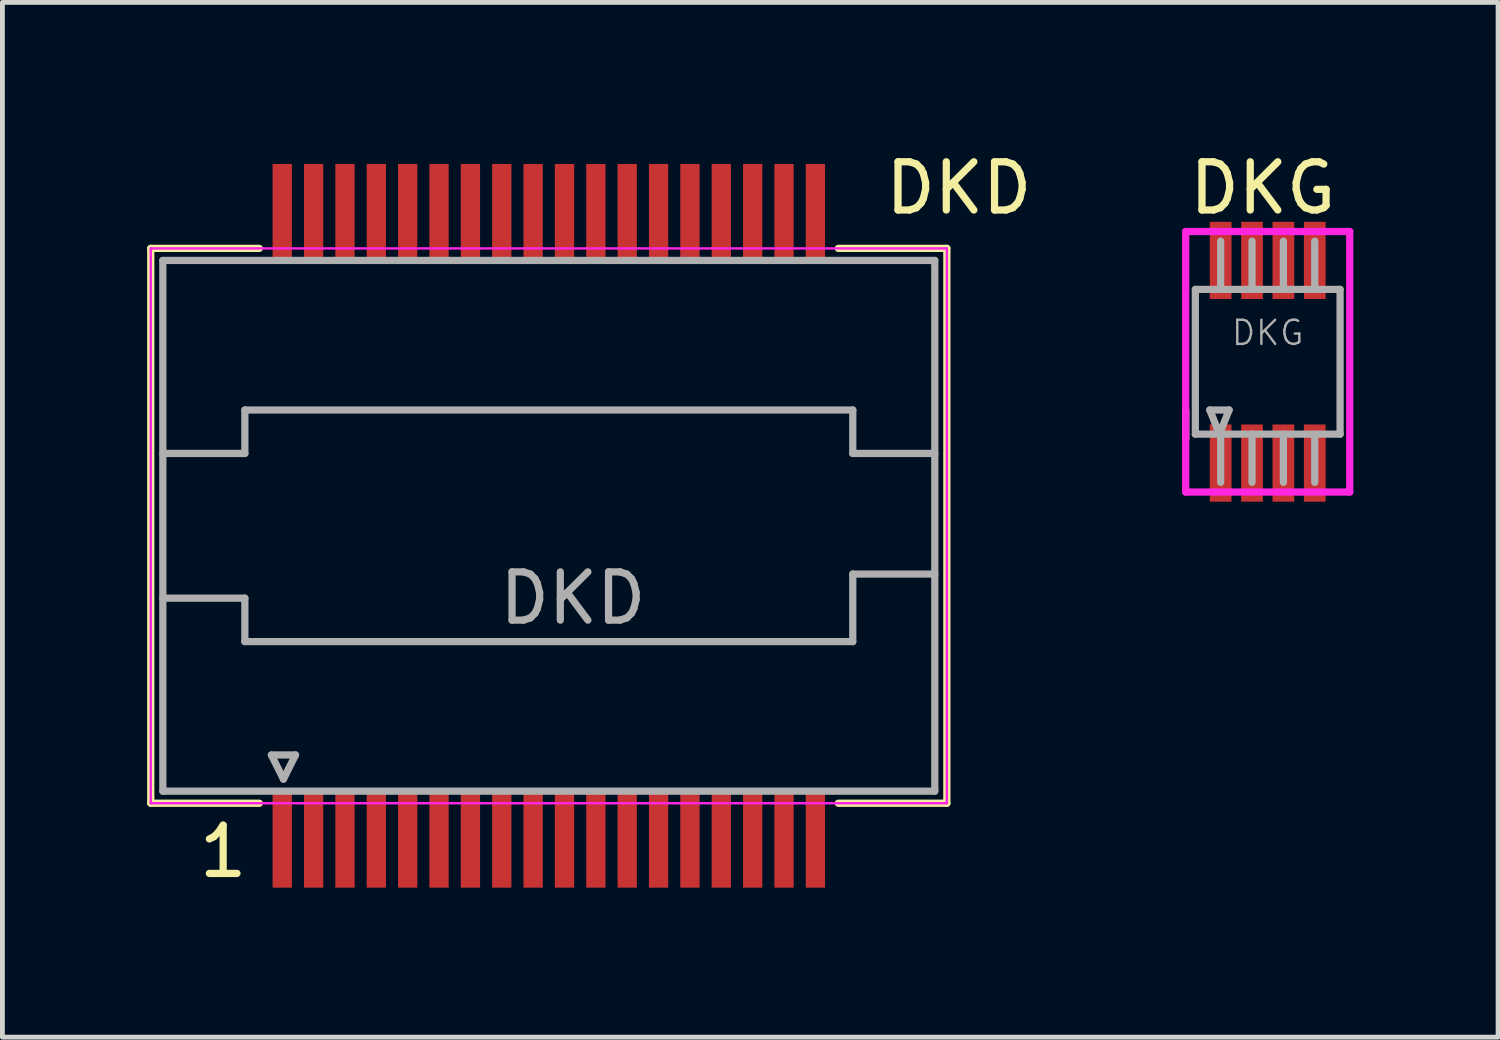
<source format=kicad_pcb>
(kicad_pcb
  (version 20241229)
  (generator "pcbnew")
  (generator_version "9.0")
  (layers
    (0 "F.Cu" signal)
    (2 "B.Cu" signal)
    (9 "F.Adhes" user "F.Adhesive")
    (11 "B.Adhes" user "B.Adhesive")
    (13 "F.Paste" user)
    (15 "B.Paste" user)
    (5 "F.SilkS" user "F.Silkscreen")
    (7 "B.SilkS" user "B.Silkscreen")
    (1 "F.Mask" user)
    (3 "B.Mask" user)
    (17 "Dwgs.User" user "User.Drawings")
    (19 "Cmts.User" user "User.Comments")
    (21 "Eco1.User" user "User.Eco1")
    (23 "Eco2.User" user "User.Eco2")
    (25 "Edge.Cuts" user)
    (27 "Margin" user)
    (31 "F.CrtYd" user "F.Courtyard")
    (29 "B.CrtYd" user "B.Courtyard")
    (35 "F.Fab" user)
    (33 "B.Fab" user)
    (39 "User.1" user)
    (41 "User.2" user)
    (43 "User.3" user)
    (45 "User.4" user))
  (footprint "DKD"
    (layer "F.Cu")
    (at 8.325 7.848)
    (property "Reference" "DKD" (at 8.5 -7 0) (layer "F.SilkS") (effects (font (size 1 1) (thickness 0.15))))
    (attr smd)
    (fp_line (start -8.25 5.75) (end -8.25 -5.75) (stroke (width 0.15) (type solid)) (layer "F.SilkS"))
    (fp_line (start -6 -5.75) (end -8.25 -5.75) (stroke (width 0.15) (type solid)) (layer "F.SilkS"))
    (fp_line (start -6 5.75) (end -8.25 5.75) (stroke (width 0.15) (type solid)) (layer "F.SilkS"))
    (fp_line (start 6 -5.75) (end 8.25 -5.75) (stroke (width 0.15) (type solid)) (layer "F.SilkS"))
    (fp_line (start 8.25 -5.75) (end 8.25 5.75) (stroke (width 0.15) (type solid)) (layer "F.SilkS"))
    (fp_line (start 8.25 5.75) (end 6 5.75) (stroke (width 0.15) (type solid)) (layer "F.SilkS"))
    (fp_line (start -8.25 -5.75) (end -8.25 5.75) (stroke (width 0.05) (type solid)) (layer "F.CrtYd"))
    (fp_line (start -8.25 -5.75) (end 8.25 -5.75) (stroke (width 0.05) (type solid)) (layer "F.CrtYd"))
    (fp_line (start -8.25 5.75) (end 8.25 5.75) (stroke (width 0.05) (type solid)) (layer "F.CrtYd"))
    (fp_line (start 8.25 5.75) (end 8.25 -5.75) (stroke (width 0.05) (type solid)) (layer "F.CrtYd"))
    (fp_line (start -8 -5.5) (end -8 5.5) (stroke (width 0.15) (type solid)) (layer "F.Fab"))
    (fp_line (start -8 -5.5) (end 8 -5.5) (stroke (width 0.15) (type solid)) (layer "F.Fab"))
    (fp_line (start -8 -1.5) (end -6.3 -1.5) (stroke (width 0.15) (type solid)) (layer "F.Fab"))
    (fp_line (start -8 1.5) (end -6.3 1.5) (stroke (width 0.15) (type solid)) (layer "F.Fab"))
    (fp_line (start -8 5.5) (end 8 5.5) (stroke (width 0.15) (type solid)) (layer "F.Fab"))
    (fp_line (start -6.3 -2.4) (end 6.3 -2.4) (stroke (width 0.15) (type solid)) (layer "F.Fab"))
    (fp_line (start -6.3 -1.5) (end -6.3 -2.4) (stroke (width 0.15) (type solid)) (layer "F.Fab"))
    (fp_line (start -6.3 1.5) (end -6.3 2.4) (stroke (width 0.15) (type solid)) (layer "F.Fab"))
    (fp_line (start -6.3 2.4) (end 6.3 2.4) (stroke (width 0.15) (type solid)) (layer "F.Fab"))
    (fp_line (start -5.75 4.75) (end -5.5 5.25) (stroke (width 0.15) (type solid)) (layer "F.Fab"))
    (fp_line (start -5.5 5.25) (end -5.25 4.75) (stroke (width 0.15) (type solid)) (layer "F.Fab"))
    (fp_line (start -5.25 4.75) (end -5.75 4.75) (stroke (width 0.15) (type solid)) (layer "F.Fab"))
    (fp_line (start 6.3 -1.5) (end 6.3 -2.4) (stroke (width 0.15) (type solid)) (layer "F.Fab"))
    (fp_line (start 6.3 1) (end 6.3 2.4) (stroke (width 0.15) (type solid)) (layer "F.Fab"))
    (fp_line (start 8 -5.5) (end 8 5.5) (stroke (width 0.15) (type solid)) (layer "F.Fab"))
    (fp_line (start 8 -1.5) (end 6.3 -1.5) (stroke (width 0.15) (type solid)) (layer "F.Fab"))
    (fp_line (start 8 1) (end 6.3 1) (stroke (width 0.15) (type solid)) (layer "F.Fab"))
    (fp_text user "1" (at -6.75 6.75 0) (layer "F.SilkS") (effects (font (size 1 1) (thickness 0.15))))
    (fp_text user "${REFERENCE}" (at 0.5 1.5 0) (layer "F.Fab") (effects (font (size 1 1) (thickness 0.15))))
    (pad "1" smd rect (at -5.525 6.5) (size 0.4 2) (layers "F.Cu" "F.Mask" "F.Paste"))
    (pad "2" smd rect (at -4.875 6.5) (size 0.4 2) (layers "F.Cu" "F.Mask" "F.Paste"))
    (pad "3" smd rect (at -4.225 6.5) (size 0.4 2) (layers "F.Cu" "F.Mask" "F.Paste"))
    (pad "4" smd rect (at -3.575 6.5) (size 0.4 2) (layers "F.Cu" "F.Mask" "F.Paste"))
    (pad "5" smd rect (at -2.925 6.5) (size 0.4 2) (layers "F.Cu" "F.Mask" "F.Paste"))
    (pad "6" smd rect (at -2.275 6.5) (size 0.4 2) (layers "F.Cu" "F.Mask" "F.Paste"))
    (pad "7" smd rect (at -1.625 6.5) (size 0.4 2) (layers "F.Cu" "F.Mask" "F.Paste"))
    (pad "8" smd rect (at -0.975 6.5) (size 0.4 2) (layers "F.Cu" "F.Mask" "F.Paste"))
    (pad "9" smd rect (at -0.325 6.5) (size 0.4 2) (layers "F.Cu" "F.Mask" "F.Paste"))
    (pad "10" smd rect (at 0.325 6.5) (size 0.4 2) (layers "F.Cu" "F.Mask" "F.Paste"))
    (pad "11" smd rect (at 0.975 6.5) (size 0.4 2) (layers "F.Cu" "F.Mask" "F.Paste"))
    (pad "12" smd rect (at 1.625 6.5) (size 0.4 2) (layers "F.Cu" "F.Mask" "F.Paste"))
    (pad "13" smd rect (at 2.275 6.5) (size 0.4 2) (layers "F.Cu" "F.Mask" "F.Paste"))
    (pad "14" smd rect (at 2.925 6.5) (size 0.4 2) (layers "F.Cu" "F.Mask" "F.Paste"))
    (pad "15" smd rect (at 3.575 6.5) (size 0.4 2) (layers "F.Cu" "F.Mask" "F.Paste"))
    (pad "16" smd rect (at 4.225 6.5) (size 0.4 2) (layers "F.Cu" "F.Mask" "F.Paste"))
    (pad "17" smd rect (at 4.875 6.5) (size 0.4 2) (layers "F.Cu" "F.Mask" "F.Paste"))
    (pad "18" smd rect (at 5.525 6.5) (size 0.4 2) (layers "F.Cu" "F.Mask" "F.Paste"))
    (pad "19" smd rect (at 5.525 -6.5) (size 0.4 2) (layers "F.Cu" "F.Mask" "F.Paste"))
    (pad "20" smd rect (at 4.875 -6.5) (size 0.4 2) (layers "F.Cu" "F.Mask" "F.Paste"))
    (pad "21" smd rect (at 4.225 -6.5) (size 0.4 2) (layers "F.Cu" "F.Mask" "F.Paste"))
    (pad "22" smd rect (at 3.575 -6.5) (size 0.4 2) (layers "F.Cu" "F.Mask" "F.Paste"))
    (pad "23" smd rect (at 2.925 -6.5) (size 0.4 2) (layers "F.Cu" "F.Mask" "F.Paste"))
    (pad "24" smd rect (at 2.275 -6.5) (size 0.4 2) (layers "F.Cu" "F.Mask" "F.Paste"))
    (pad "25" smd rect (at 1.625 -6.5) (size 0.4 2) (layers "F.Cu" "F.Mask" "F.Paste"))
    (pad "26" smd rect (at 0.975 -6.5) (size 0.4 2) (layers "F.Cu" "F.Mask" "F.Paste"))
    (pad "27" smd rect (at 0.325 -6.5) (size 0.4 2) (layers "F.Cu" "F.Mask" "F.Paste"))
    (pad "28" smd rect (at -0.325 -6.5) (size 0.4 2) (layers "F.Cu" "F.Mask" "F.Paste"))
    (pad "29" smd rect (at -0.975 -6.5) (size 0.4 2) (layers "F.Cu" "F.Mask" "F.Paste"))
    (pad "30" smd rect (at -1.625 -6.5) (size 0.4 2) (layers "F.Cu" "F.Mask" "F.Paste"))
    (pad "31" smd rect (at -2.275 -6.5) (size 0.4 2) (layers "F.Cu" "F.Mask" "F.Paste"))
    (pad "32" smd rect (at -2.925 -6.5) (size 0.4 2) (layers "F.Cu" "F.Mask" "F.Paste"))
    (pad "33" smd rect (at -3.575 -6.5) (size 0.4 2) (layers "F.Cu" "F.Mask" "F.Paste"))
    (pad "34" smd rect (at -4.225 -6.5) (size 0.4 2) (layers "F.Cu" "F.Mask" "F.Paste"))
    (pad "35" smd rect (at -4.875 -6.5) (size 0.4 2) (layers "F.Cu" "F.Mask" "F.Paste"))
    (pad "36" smd rect (at -5.525 -6.5) (size 0.4 2) (layers "F.Cu" "F.Mask" "F.Paste")))
  (footprint "DKG"
    (layer "F.Cu")
    (at 23.225 4.448)
    (property "Reference" "DKG" (at -0.1 -3.6 0) (layer "F.SilkS") (effects (font (size 1 1) (thickness 0.15))))
    (attr smd)
    (fp_line (start -1.7 1) (end -1.7 1.6) (stroke (width 0.15) (type solid)) (layer "F.SilkS"))
    (fp_line (start -1.7 -2.7) (end 1.7 -2.7) (stroke (width 0.15) (type solid)) (layer "F.CrtYd"))
    (fp_line (start -1.7 2.7) (end -1.7 -2.7) (stroke (width 0.15) (type solid)) (layer "F.CrtYd"))
    (fp_line (start 1.7 -2.7) (end 1.7 2.7) (stroke (width 0.15) (type solid)) (layer "F.CrtYd"))
    (fp_line (start 1.7 2.7) (end -1.7 2.7) (stroke (width 0.15) (type solid)) (layer "F.CrtYd"))
    (fp_line (start -1.5 -1.5) (end 1.5 -1.5) (stroke (width 0.15) (type solid)) (layer "F.Fab"))
    (fp_line (start -1.5 1.5) (end -1.5 -1.5) (stroke (width 0.15) (type solid)) (layer "F.Fab"))
    (fp_line (start -1.2 1) (end -0.8 1) (stroke (width 0.15) (type solid)) (layer "F.Fab"))
    (fp_line (start -1 1.5) (end -1.2 1) (stroke (width 0.15) (type solid)) (layer "F.Fab"))
    (fp_line (start -0.975 -1.5) (end -0.975 -2.5) (stroke (width 0.15) (type solid)) (layer "F.Fab"))
    (fp_line (start -0.975 2.5) (end -0.975 1.5) (stroke (width 0.15) (type solid)) (layer "F.Fab"))
    (fp_line (start -0.8 1) (end -1 1.5) (stroke (width 0.15) (type solid)) (layer "F.Fab"))
    (fp_line (start -0.325 -1.5) (end -0.325 -2.5) (stroke (width 0.15) (type solid)) (layer "F.Fab"))
    (fp_line (start -0.325 2.5) (end -0.325 1.5) (stroke (width 0.15) (type solid)) (layer "F.Fab"))
    (fp_line (start 0.325 -1.5) (end 0.325 -2.5) (stroke (width 0.15) (type solid)) (layer "F.Fab"))
    (fp_line (start 0.325 2.5) (end 0.325 1.5) (stroke (width 0.15) (type solid)) (layer "F.Fab"))
    (fp_line (start 0.975 -1.5) (end 0.975 -2.5) (stroke (width 0.15) (type solid)) (layer "F.Fab"))
    (fp_line (start 0.975 2.5) (end 0.975 1.5) (stroke (width 0.15) (type solid)) (layer "F.Fab"))
    (fp_line (start 1.5 -1.5) (end 1.5 1.5) (stroke (width 0.15) (type solid)) (layer "F.Fab"))
    (fp_line (start 1.5 1.5) (end -1.5 1.5) (stroke (width 0.15) (type solid)) (layer "F.Fab"))
    (fp_text user "${REFERENCE}" (at 0 -0.6 0) (layer "F.Fab") (effects (font (size 0.5 0.5) (thickness 0.05))))
    (pad "1" smd rect (at -0.975 2.1) (size 0.45 1.6) (layers "F.Cu" "F.Mask" "F.Paste"))
    (pad "2" smd rect (at -0.325 2.1) (size 0.45 1.6) (layers "F.Cu" "F.Mask" "F.Paste"))
    (pad "3" smd rect (at 0.325 2.1) (size 0.45 1.6) (layers "F.Cu" "F.Mask" "F.Paste"))
    (pad "4" smd rect (at 0.975 2.1) (size 0.45 1.6) (layers "F.Cu" "F.Mask" "F.Paste"))
    (pad "5" smd rect (at 0.975 -2.1) (size 0.45 1.6) (layers "F.Cu" "F.Mask" "F.Paste"))
    (pad "6" smd rect (at 0.325 -2.1) (size 0.45 1.6) (layers "F.Cu" "F.Mask" "F.Paste"))
    (pad "7" smd rect (at -0.325 -2.1) (size 0.45 1.6) (layers "F.Cu" "F.Mask" "F.Paste"))
    (pad "8" smd rect (at -0.975 -2.1) (size 0.45 1.6) (layers "F.Cu" "F.Mask" "F.Paste")))
  (gr_rect
    (start -3 -3)
    (end 28 18.447)
    (stroke (width 0.1) (type default))
    (fill no)
    (layer "Edge.Cuts")))
</source>
